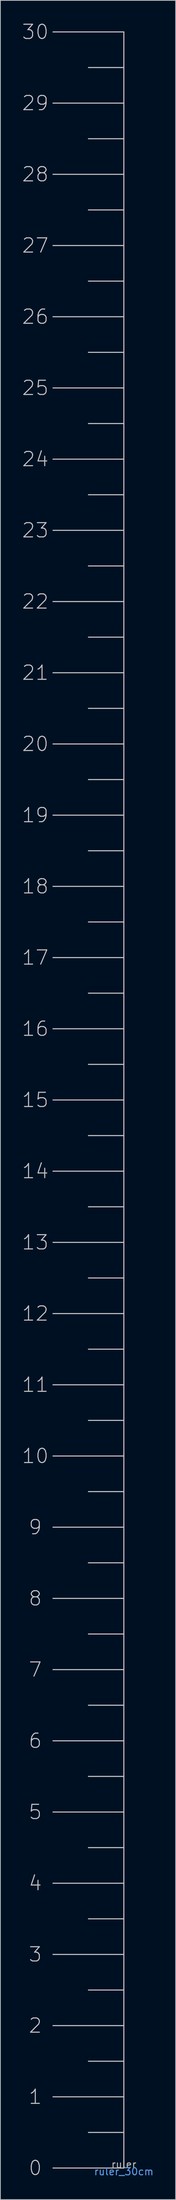
<source format=kicad_pcb>
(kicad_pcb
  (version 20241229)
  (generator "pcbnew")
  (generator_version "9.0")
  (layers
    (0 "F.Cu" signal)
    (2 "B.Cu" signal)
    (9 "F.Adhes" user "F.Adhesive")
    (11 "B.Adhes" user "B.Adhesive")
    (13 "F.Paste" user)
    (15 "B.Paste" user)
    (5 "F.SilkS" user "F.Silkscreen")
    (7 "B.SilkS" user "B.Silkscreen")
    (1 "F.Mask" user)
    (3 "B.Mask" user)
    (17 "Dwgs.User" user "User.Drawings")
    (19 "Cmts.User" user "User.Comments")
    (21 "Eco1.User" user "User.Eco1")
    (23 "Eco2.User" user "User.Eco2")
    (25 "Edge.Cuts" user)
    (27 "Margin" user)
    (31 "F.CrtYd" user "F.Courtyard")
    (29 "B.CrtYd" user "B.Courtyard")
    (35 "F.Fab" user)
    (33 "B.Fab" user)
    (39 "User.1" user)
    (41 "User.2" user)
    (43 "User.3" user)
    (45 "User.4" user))
  (footprint "ruler_30cm"
    (layer "F.Cu")
    (at 14.43 301.433)
    (property "Reference" "ruler_30cm" (at 0 0.5 0) (layer "Cmts.User") (effects (font (size 1 1) (thickness 0.15))))
    (attr through_hole)
    (fp_line (start -5 -295) (end 0 -295) (stroke (width 0.15) (type solid)) (layer "Dwgs.User"))
    (fp_line (start -5 -285) (end 0 -285) (stroke (width 0.15) (type solid)) (layer "Dwgs.User"))
    (fp_line (start -5 -275) (end 0 -275) (stroke (width 0.15) (type solid)) (layer "Dwgs.User"))
    (fp_line (start -5 -265) (end 0 -265) (stroke (width 0.15) (type solid)) (layer "Dwgs.User"))
    (fp_line (start -5 -255) (end 0 -255) (stroke (width 0.15) (type solid)) (layer "Dwgs.User"))
    (fp_line (start -5 -245) (end 0 -245) (stroke (width 0.15) (type solid)) (layer "Dwgs.User"))
    (fp_line (start -5 -235) (end 0 -235) (stroke (width 0.15) (type solid)) (layer "Dwgs.User"))
    (fp_line (start -5 -225) (end 0 -225) (stroke (width 0.15) (type solid)) (layer "Dwgs.User"))
    (fp_line (start -5 -215) (end 0 -215) (stroke (width 0.15) (type solid)) (layer "Dwgs.User"))
    (fp_line (start -5 -205) (end 0 -205) (stroke (width 0.15) (type solid)) (layer "Dwgs.User"))
    (fp_line (start -5 -195) (end 0 -195) (stroke (width 0.15) (type solid)) (layer "Dwgs.User"))
    (fp_line (start -5 -185) (end 0 -185) (stroke (width 0.15) (type solid)) (layer "Dwgs.User"))
    (fp_line (start -5 -175) (end 0 -175) (stroke (width 0.15) (type solid)) (layer "Dwgs.User"))
    (fp_line (start -5 -165) (end 0 -165) (stroke (width 0.15) (type solid)) (layer "Dwgs.User"))
    (fp_line (start -5 -155) (end 0 -155) (stroke (width 0.15) (type solid)) (layer "Dwgs.User"))
    (fp_line (start -5 -145) (end 0 -145) (stroke (width 0.15) (type solid)) (layer "Dwgs.User"))
    (fp_line (start -5 -135) (end 0 -135) (stroke (width 0.15) (type solid)) (layer "Dwgs.User"))
    (fp_line (start -5 -125) (end 0 -125) (stroke (width 0.15) (type solid)) (layer "Dwgs.User"))
    (fp_line (start -5 -115) (end 0 -115) (stroke (width 0.15) (type solid)) (layer "Dwgs.User"))
    (fp_line (start -5 -105) (end 0 -105) (stroke (width 0.15) (type solid)) (layer "Dwgs.User"))
    (fp_line (start -5 -95) (end 0 -95) (stroke (width 0.15) (type solid)) (layer "Dwgs.User"))
    (fp_line (start -5 -85) (end 0 -85) (stroke (width 0.15) (type solid)) (layer "Dwgs.User"))
    (fp_line (start -5 -75) (end 0 -75) (stroke (width 0.15) (type solid)) (layer "Dwgs.User"))
    (fp_line (start -5 -65) (end 0 -65) (stroke (width 0.15) (type solid)) (layer "Dwgs.User"))
    (fp_line (start -5 -55) (end 0 -55) (stroke (width 0.15) (type solid)) (layer "Dwgs.User"))
    (fp_line (start -5 -45) (end 0 -45) (stroke (width 0.15) (type solid)) (layer "Dwgs.User"))
    (fp_line (start -5 -35) (end 0 -35) (stroke (width 0.15) (type solid)) (layer "Dwgs.User"))
    (fp_line (start -5 -25) (end 0 -25) (stroke (width 0.15) (type solid)) (layer "Dwgs.User"))
    (fp_line (start -5 -15) (end 0 -15) (stroke (width 0.15) (type solid)) (layer "Dwgs.User"))
    (fp_line (start -5 -5) (end 0 -5) (stroke (width 0.15) (type solid)) (layer "Dwgs.User"))
    (fp_line (start 0 -300) (end -10 -300) (stroke (width 0.15) (type solid)) (layer "Dwgs.User"))
    (fp_line (start 0 -290) (end -10 -290) (stroke (width 0.15) (type solid)) (layer "Dwgs.User"))
    (fp_line (start 0 -280) (end -10 -280) (stroke (width 0.15) (type solid)) (layer "Dwgs.User"))
    (fp_line (start 0 -270) (end -10 -270) (stroke (width 0.15) (type solid)) (layer "Dwgs.User"))
    (fp_line (start 0 -260) (end -10 -260) (stroke (width 0.15) (type solid)) (layer "Dwgs.User"))
    (fp_line (start 0 -250) (end -10 -250) (stroke (width 0.15) (type solid)) (layer "Dwgs.User"))
    (fp_line (start 0 -240) (end -10 -240) (stroke (width 0.15) (type solid)) (layer "Dwgs.User"))
    (fp_line (start 0 -230) (end -10 -230) (stroke (width 0.15) (type solid)) (layer "Dwgs.User"))
    (fp_line (start 0 -220) (end -10 -220) (stroke (width 0.15) (type solid)) (layer "Dwgs.User"))
    (fp_line (start 0 -210) (end -10 -210) (stroke (width 0.15) (type solid)) (layer "Dwgs.User"))
    (fp_line (start 0 -200) (end -10 -200) (stroke (width 0.15) (type solid)) (layer "Dwgs.User"))
    (fp_line (start 0 -190) (end -10 -190) (stroke (width 0.15) (type solid)) (layer "Dwgs.User"))
    (fp_line (start 0 -180) (end -10 -180) (stroke (width 0.15) (type solid)) (layer "Dwgs.User"))
    (fp_line (start 0 -170) (end -10 -170) (stroke (width 0.15) (type solid)) (layer "Dwgs.User"))
    (fp_line (start 0 -160) (end -10 -160) (stroke (width 0.15) (type solid)) (layer "Dwgs.User"))
    (fp_line (start 0 -150) (end -10 -150) (stroke (width 0.15) (type solid)) (layer "Dwgs.User"))
    (fp_line (start 0 -140) (end -10 -140) (stroke (width 0.15) (type solid)) (layer "Dwgs.User"))
    (fp_line (start 0 -130) (end -10 -130) (stroke (width 0.15) (type solid)) (layer "Dwgs.User"))
    (fp_line (start 0 -120) (end -10 -120) (stroke (width 0.15) (type solid)) (layer "Dwgs.User"))
    (fp_line (start 0 -110) (end -10 -110) (stroke (width 0.15) (type solid)) (layer "Dwgs.User"))
    (fp_line (start 0 -100) (end -10 -100) (stroke (width 0.15) (type solid)) (layer "Dwgs.User"))
    (fp_line (start 0 -90) (end -10 -90) (stroke (width 0.15) (type solid)) (layer "Dwgs.User"))
    (fp_line (start 0 -80) (end -10 -80) (stroke (width 0.15) (type solid)) (layer "Dwgs.User"))
    (fp_line (start 0 -70) (end -10 -70) (stroke (width 0.15) (type solid)) (layer "Dwgs.User"))
    (fp_line (start 0 -60) (end -10 -60) (stroke (width 0.15) (type solid)) (layer "Dwgs.User"))
    (fp_line (start 0 -50) (end -10 -50) (stroke (width 0.15) (type solid)) (layer "Dwgs.User"))
    (fp_line (start 0 -40) (end -10 -40) (stroke (width 0.15) (type solid)) (layer "Dwgs.User"))
    (fp_line (start 0 -30) (end -10 -30) (stroke (width 0.15) (type solid)) (layer "Dwgs.User"))
    (fp_line (start 0 -20) (end -10 -20) (stroke (width 0.15) (type solid)) (layer "Dwgs.User"))
    (fp_line (start 0 -10) (end -10 -10) (stroke (width 0.15) (type solid)) (layer "Dwgs.User"))
    (fp_line (start 0 0) (end -10 0) (stroke (width 0.15) (type solid)) (layer "Dwgs.User"))
    (fp_line (start 0 0) (end 0 -300) (stroke (width 0.15) (type solid)) (layer "Dwgs.User"))
    (fp_text user "2" (at -12.5 -20 0) (layer "Dwgs.User") (effects (font (size 2 2) (thickness 0.15))))
    (fp_text user "22" (at -12.5 -220 0) (layer "Dwgs.User") (effects (font (size 2 2) (thickness 0.15))))
    (fp_text user "30" (at -12.5 -300 0) (layer "Dwgs.User") (effects (font (size 2 2) (thickness 0.15))))
    (fp_text user "27" (at -12.5 -270 0) (layer "Dwgs.User") (effects (font (size 2 2) (thickness 0.15))))
    (fp_text user "24" (at -12.5 -240 0) (layer "Dwgs.User") (effects (font (size 2 2) (thickness 0.15))))
    (fp_text user "16" (at -12.5 -160 0) (layer "Dwgs.User") (effects (font (size 2 2) (thickness 0.15))))
    (fp_text user "18" (at -12.5 -180 0) (layer "Dwgs.User") (effects (font (size 2 2) (thickness 0.15))))
    (fp_text user "7" (at -12.5 -70 0) (layer "Dwgs.User") (effects (font (size 2 2) (thickness 0.15))))
    (fp_text user "21" (at -12.5 -210 0) (layer "Dwgs.User") (effects (font (size 2 2) (thickness 0.15))))
    (fp_text user "23" (at -12.5 -230 0) (layer "Dwgs.User") (effects (font (size 2 2) (thickness 0.15))))
    (fp_text user "6" (at -12.5 -60 0) (layer "Dwgs.User") (effects (font (size 2 2) (thickness 0.15))))
    (fp_text user "20" (at -12.5 -200 0) (layer "Dwgs.User") (effects (font (size 2 2) (thickness 0.15))))
    (fp_text user "8" (at -12.5 -80 0) (layer "Dwgs.User") (effects (font (size 2 2) (thickness 0.15))))
    (fp_text user "26" (at -12.5 -260 0) (layer "Dwgs.User") (effects (font (size 2 2) (thickness 0.15))))
    (fp_text user "25" (at -12.5 -250 0) (layer "Dwgs.User") (effects (font (size 2 2) (thickness 0.15))))
    (fp_text user "4" (at -12.5 -40 0) (layer "Dwgs.User") (effects (font (size 2 2) (thickness 0.15))))
    (fp_text user "15" (at -12.5 -150 0) (layer "Dwgs.User") (effects (font (size 2 2) (thickness 0.15))))
    (fp_text user "29" (at -12.5 -290 0) (layer "Dwgs.User") (effects (font (size 2 2) (thickness 0.15))))
    (fp_text user "13" (at -12.5 -130 0) (layer "Dwgs.User") (effects (font (size 2 2) (thickness 0.15))))
    (fp_text user "11" (at -12.5 -110 0) (layer "Dwgs.User") (effects (font (size 2 2) (thickness 0.15))))
    (fp_text user "12" (at -12.5 -120 0) (layer "Dwgs.User") (effects (font (size 2 2) (thickness 0.15))))
    (fp_text user "9" (at -12.5 -90 0) (layer "Dwgs.User") (effects (font (size 2 2) (thickness 0.15))))
    (fp_text user "5" (at -12.5 -50 0) (layer "Dwgs.User") (effects (font (size 2 2) (thickness 0.15))))
    (fp_text user "3" (at -12.5 -30 0) (layer "Dwgs.User") (effects (font (size 2 2) (thickness 0.15))))
    (fp_text user "0" (at -12.5 0 0) (layer "Dwgs.User") (effects (font (size 2 2) (thickness 0.15))))
    (fp_text user "10" (at -12.5 -100 0) (layer "Dwgs.User") (effects (font (size 2 2) (thickness 0.15))))
    (fp_text user "17" (at -12.5 -170 0) (layer "Dwgs.User") (effects (font (size 2 2) (thickness 0.15))))
    (fp_text user "1" (at -12.5 -10 0) (layer "Dwgs.User") (effects (font (size 2 2) (thickness 0.15))))
    (fp_text user "28" (at -12.5 -280 0) (layer "Dwgs.User") (effects (font (size 2 2) (thickness 0.15))))
    (fp_text user "14" (at -12.5 -140 0) (layer "Dwgs.User") (effects (font (size 2 2) (thickness 0.15))))
    (fp_text user "19" (at -12.5 -190 0) (layer "Dwgs.User") (effects (font (size 2 2) (thickness 0.15))))
    (fp_text user "ruler" (at 0 -0.5 0) (layer "F.Fab") (effects (font (size 1 1) (thickness 0.15)))))
  (gr_rect
    (start -3 -3)
    (end 21.745 305.866)
    (stroke (width 0.1) (type default))
    (fill no)
    (layer "Edge.Cuts")))
</source>
